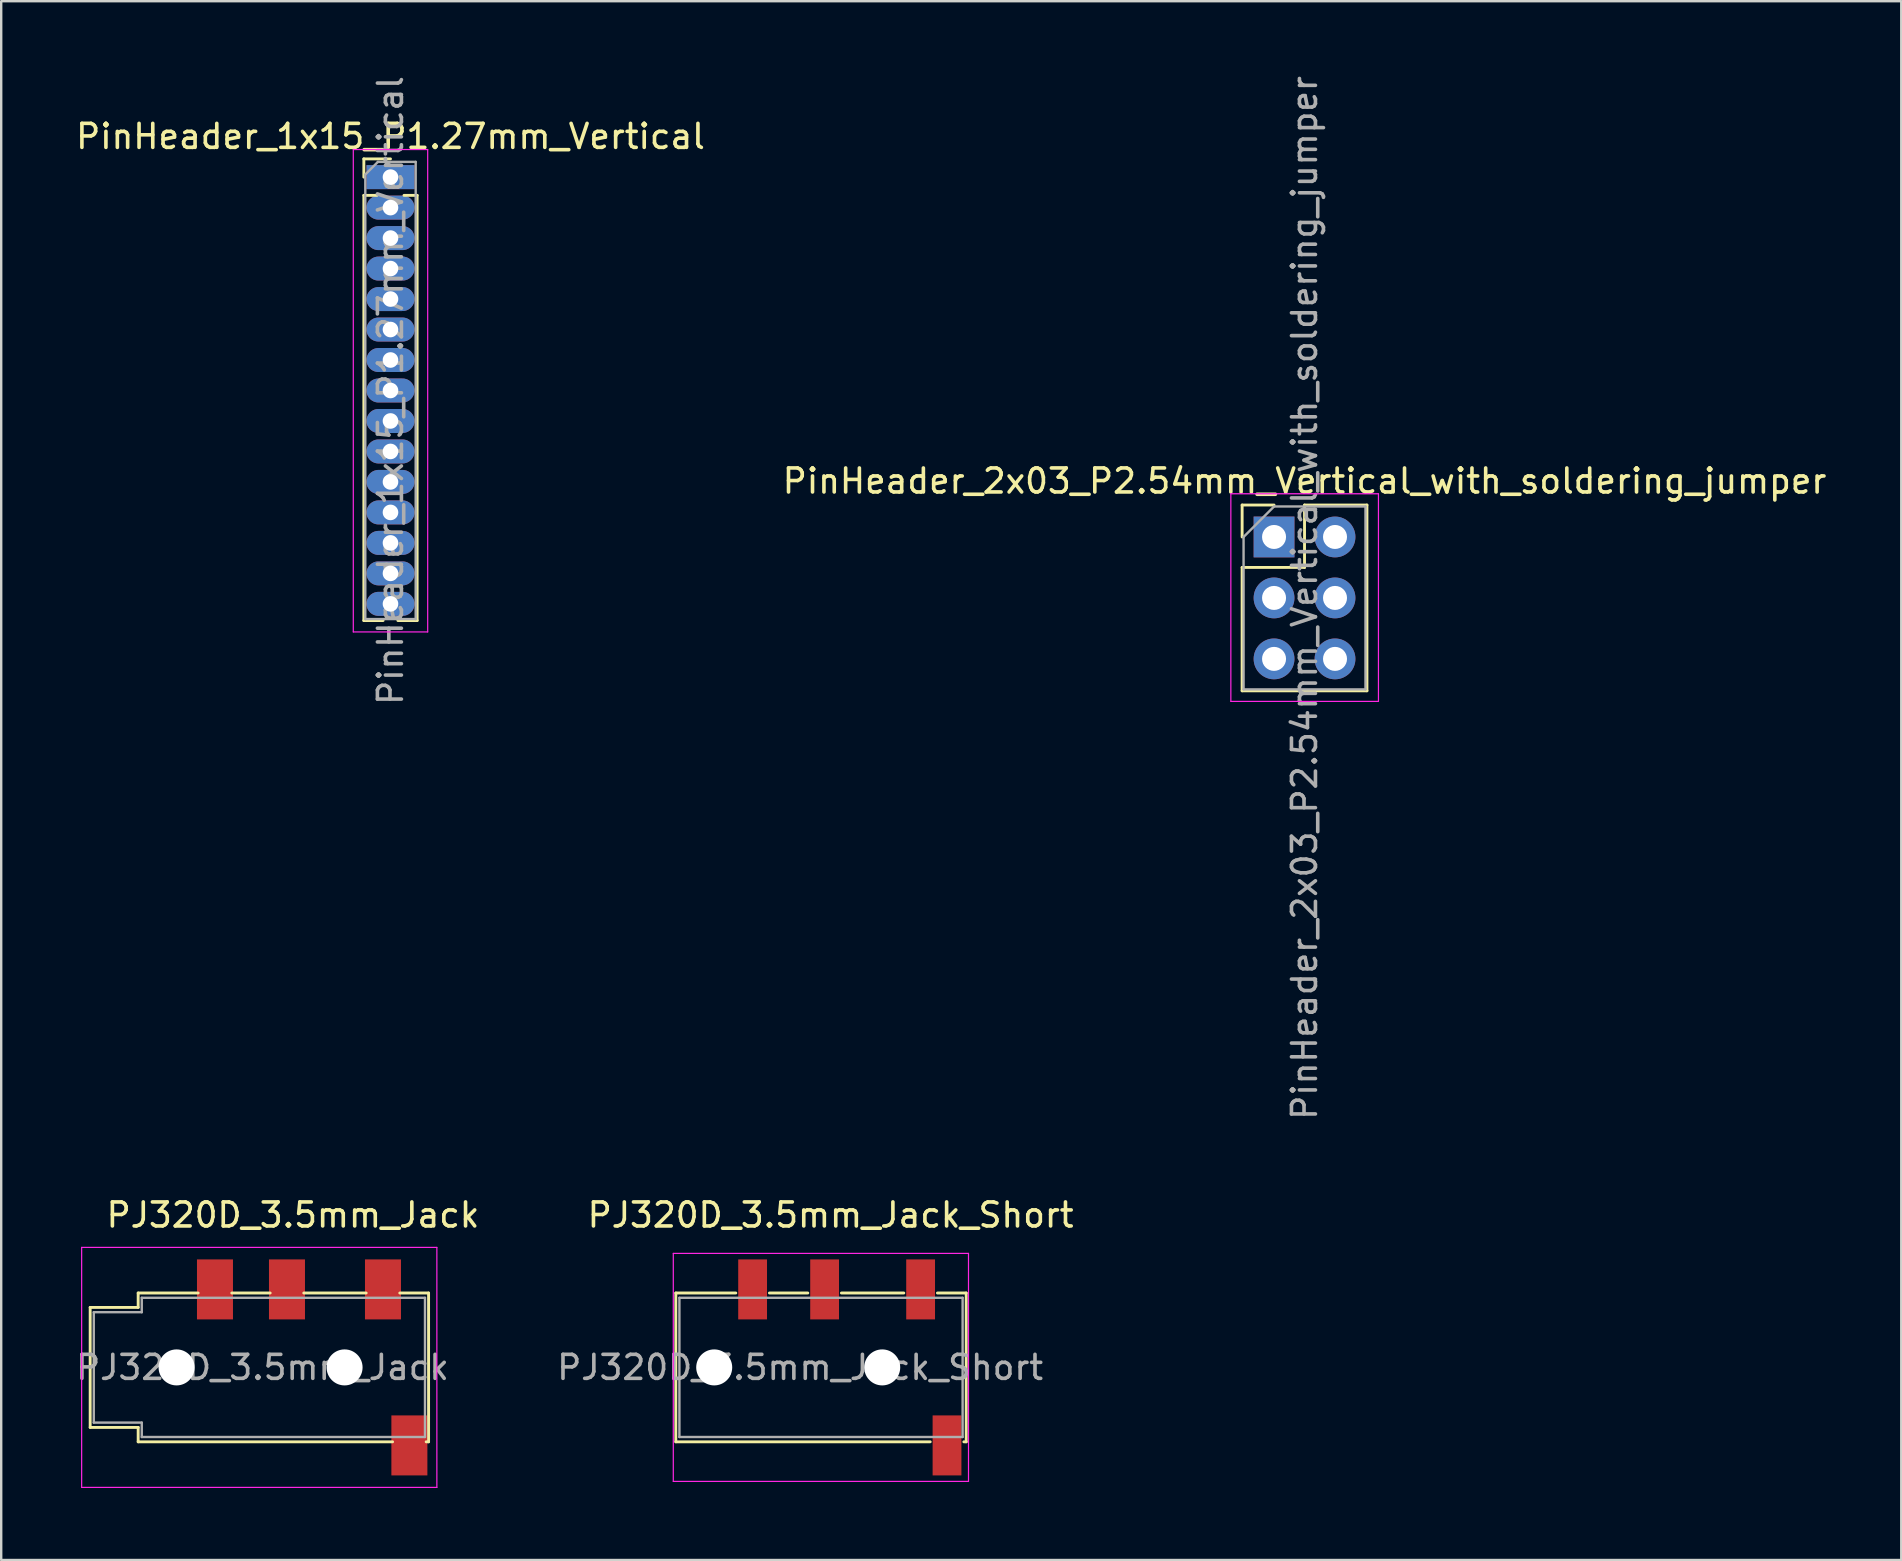
<source format=kicad_pcb>
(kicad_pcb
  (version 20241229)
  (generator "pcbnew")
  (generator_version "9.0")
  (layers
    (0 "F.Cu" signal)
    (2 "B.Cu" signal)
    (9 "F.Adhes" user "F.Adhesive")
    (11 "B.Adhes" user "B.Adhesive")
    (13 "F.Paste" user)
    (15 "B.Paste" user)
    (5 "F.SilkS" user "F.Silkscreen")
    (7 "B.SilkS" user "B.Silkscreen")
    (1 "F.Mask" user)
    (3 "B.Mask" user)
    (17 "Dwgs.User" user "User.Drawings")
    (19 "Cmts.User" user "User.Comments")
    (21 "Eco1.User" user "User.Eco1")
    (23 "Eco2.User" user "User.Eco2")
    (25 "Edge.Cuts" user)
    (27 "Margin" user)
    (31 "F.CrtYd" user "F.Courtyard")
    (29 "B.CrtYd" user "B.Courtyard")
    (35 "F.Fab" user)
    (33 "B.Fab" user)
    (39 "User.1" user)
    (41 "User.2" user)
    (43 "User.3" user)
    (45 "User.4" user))
  (footprint "PinHeader_2x03_P2.54mm_Vertical_with_soldering_jumper"
    (layer "F.Cu")
    (at 50.034 19.323)
    (property "Reference" "PinHeader_2x03_P2.54mm_Vertical_with_soldering_jumper" (at 1.27 -2.33 0) (layer "F.SilkS") (effects (font (size 1 1) (thickness 0.15))))
    (attr through_hole)
    (fp_line (start -1.33 -1.33) (end 0 -1.33) (stroke (width 0.12) (type solid)) (layer "F.SilkS"))
    (fp_line (start -1.33 0) (end -1.33 -1.33) (stroke (width 0.12) (type solid)) (layer "F.SilkS"))
    (fp_line (start -1.33 1.27) (end -1.33 6.41) (stroke (width 0.12) (type solid)) (layer "F.SilkS"))
    (fp_line (start -1.33 1.27) (end 1.27 1.27) (stroke (width 0.12) (type solid)) (layer "F.SilkS"))
    (fp_line (start -1.33 6.41) (end 3.87 6.41) (stroke (width 0.12) (type solid)) (layer "F.SilkS"))
    (fp_line (start 1.27 -1.33) (end 3.87 -1.33) (stroke (width 0.12) (type solid)) (layer "F.SilkS"))
    (fp_line (start 1.27 1.27) (end 1.27 -1.33) (stroke (width 0.12) (type solid)) (layer "F.SilkS"))
    (fp_line (start 3.87 -1.33) (end 3.87 6.41) (stroke (width 0.12) (type solid)) (layer "F.SilkS"))
    (fp_line (start -1.8 -1.8) (end -1.8 6.85) (stroke (width 0.05) (type solid)) (layer "F.CrtYd"))
    (fp_line (start -1.8 6.85) (end 4.35 6.85) (stroke (width 0.05) (type solid)) (layer "F.CrtYd"))
    (fp_line (start 4.35 -1.8) (end -1.8 -1.8) (stroke (width 0.05) (type solid)) (layer "F.CrtYd"))
    (fp_line (start 4.35 6.85) (end 4.35 -1.8) (stroke (width 0.05) (type solid)) (layer "F.CrtYd"))
    (fp_line (start -1.27 0) (end 0 -1.27) (stroke (width 0.1) (type solid)) (layer "F.Fab"))
    (fp_line (start -1.27 6.35) (end -1.27 0) (stroke (width 0.1) (type solid)) (layer "F.Fab"))
    (fp_line (start 0 -1.27) (end 3.81 -1.27) (stroke (width 0.1) (type solid)) (layer "F.Fab"))
    (fp_line (start 3.81 -1.27) (end 3.81 6.35) (stroke (width 0.1) (type solid)) (layer "F.Fab"))
    (fp_line (start 3.81 6.35) (end -1.27 6.35) (stroke (width 0.1) (type solid)) (layer "F.Fab"))
    (fp_text user "${REFERENCE}" (at 1.27 2.54 90) (layer "F.Fab") (effects (font (size 1 1) (thickness 0.15))))
    (pad "1" thru_hole rect (at 0 0) (size 1.7 1.7) (drill 1) (layers "*.Cu" "*.Mask"))
    (pad "2" thru_hole oval (at 2.54 0) (size 1.7 1.7) (drill 1) (layers "*.Cu" "*.Mask"))
    (pad "3" thru_hole oval (at 0 2.54) (size 1.7 1.7) (drill 1) (layers "*.Cu" "*.Mask"))
    (pad "4" thru_hole oval (at 2.54 2.54) (size 1.7 1.7) (drill 1) (layers "*.Cu" "*.Mask"))
    (pad "5" thru_hole oval (at 0 5.08) (size 1.7 1.7) (drill 1) (layers "*.Cu" "*.Mask"))
    (pad "6" thru_hole oval (at 2.54 5.08) (size 1.7 1.7) (drill 1) (layers "*.Cu" "*.Mask")))
  (footprint "PJ320D_3.5mm_Jack_Short"
    (layer "F.Cu")
    (at 31.483 53.924)
    (property "Reference" "PJ320D_3.5mm_Jack_Short" (at 0.075 -6.35 0) (layer "F.SilkS") (effects (font (size 1 1) (thickness 0.15))))
    (attr smd)
    (fp_line (start -6.375 -3.1) (end -6.375 3.1) (stroke (width 0.12) (type solid)) (layer "F.SilkS"))
    (fp_line (start -6.375 -3.1) (end -3.875 -3.1) (stroke (width 0.12) (type solid)) (layer "F.SilkS"))
    (fp_line (start -2.475 -3.1) (end -0.875 -3.1) (stroke (width 0.12) (type solid)) (layer "F.SilkS"))
    (fp_line (start 0.525 -3.1) (end 3.125 -3.1) (stroke (width 0.12) (type solid)) (layer "F.SilkS"))
    (fp_line (start 4.225 3.1) (end -6.375 3.1) (stroke (width 0.12) (type solid)) (layer "F.SilkS"))
    (fp_line (start 4.525 -3.1) (end 5.725 -3.1) (stroke (width 0.12) (type solid)) (layer "F.SilkS"))
    (fp_line (start 5.625 3.1) (end 5.725 3.1) (stroke (width 0.12) (type solid)) (layer "F.SilkS"))
    (fp_line (start 5.725 3.1) (end 5.725 -3.1) (stroke (width 0.12) (type solid)) (layer "F.SilkS"))
    (fp_line (start -6.48 -4.75) (end -6.48 4.75) (stroke (width 0.05) (type solid)) (layer "F.CrtYd"))
    (fp_line (start -6.48 -4.75) (end 5.82 -4.75) (stroke (width 0.05) (type solid)) (layer "F.CrtYd"))
    (fp_line (start 5.82 4.75) (end -6.48 4.75) (stroke (width 0.05) (type solid)) (layer "F.CrtYd"))
    (fp_line (start 5.82 4.75) (end 5.82 -4.75) (stroke (width 0.05) (type solid)) (layer "F.CrtYd"))
    (fp_line (start -6.225 -2.9) (end 5.575 -2.9) (stroke (width 0.1) (type solid)) (layer "F.Fab"))
    (fp_line (start -6.225 2.9) (end -6.225 -2.9) (stroke (width 0.1) (type solid)) (layer "F.Fab"))
    (fp_line (start 5.575 -2.9) (end 5.575 2.9) (stroke (width 0.1) (type solid)) (layer "F.Fab"))
    (fp_line (start 5.575 2.9) (end -6.225 2.9) (stroke (width 0.1) (type solid)) (layer "F.Fab"))
    (fp_text user "${REFERENCE}" (at -1.195 0 0) (layer "F.Fab") (effects (font (size 1 1) (thickness 0.15))))
    (pad "" np_thru_hole circle (at -4.775 0) (size 1.5 1.5) (drill 1.5) (layers "*.Cu" "*.Mask"))
    (pad "" np_thru_hole circle (at 2.225 0) (size 1.5 1.5) (drill 1.5) (layers "*.Cu" "*.Mask"))
    (pad "1" smd rect (at 3.825 -3.25) (size 1.2 2.5) (layers "F.Cu" "F.Mask" "F.Paste"))
    (pad "2" smd rect (at -0.175 -3.25) (size 1.2 2.5) (layers "F.Cu" "F.Mask" "F.Paste"))
    (pad "3" smd rect (at -3.175 -3.25) (size 1.2 2.5) (layers "F.Cu" "F.Mask" "F.Paste"))
    (pad "4" smd rect (at 4.925 3.25) (size 1.2 2.5) (layers "F.Cu" "F.Mask" "F.Paste")))
  (footprint "PJ320D_3.5mm_Jack"
    (layer "F.Cu")
    (at 9.082 53.924)
    (property "Reference" "PJ320D_3.5mm_Jack" (at 0.075 -6.35 0) (layer "F.SilkS") (effects (font (size 1 1) (thickness 0.15))))
    (attr smd)
    (fp_line (start -8.375 -2.5) (end -8.375 2.5) (stroke (width 0.12) (type solid)) (layer "F.SilkS"))
    (fp_line (start -6.375 -3.1) (end -6.375 -2.5) (stroke (width 0.12) (type solid)) (layer "F.SilkS"))
    (fp_line (start -6.375 -3.1) (end -3.875 -3.1) (stroke (width 0.12) (type solid)) (layer "F.SilkS"))
    (fp_line (start -6.375 -2.5) (end -8.375 -2.5) (stroke (width 0.12) (type solid)) (layer "F.SilkS"))
    (fp_line (start -6.375 2.5) (end -8.375 2.5) (stroke (width 0.12) (type solid)) (layer "F.SilkS"))
    (fp_line (start -6.375 2.5) (end -6.375 3.1) (stroke (width 0.12) (type solid)) (layer "F.SilkS"))
    (fp_line (start -2.475 -3.1) (end -0.875 -3.1) (stroke (width 0.12) (type solid)) (layer "F.SilkS"))
    (fp_line (start 0.525 -3.1) (end 3.125 -3.1) (stroke (width 0.12) (type solid)) (layer "F.SilkS"))
    (fp_line (start 4.225 3.1) (end -6.375 3.1) (stroke (width 0.12) (type solid)) (layer "F.SilkS"))
    (fp_line (start 4.525 -3.1) (end 5.725 -3.1) (stroke (width 0.12) (type solid)) (layer "F.SilkS"))
    (fp_line (start 5.625 3.1) (end 5.725 3.1) (stroke (width 0.12) (type solid)) (layer "F.SilkS"))
    (fp_line (start 5.725 3.1) (end 5.725 -3.1) (stroke (width 0.12) (type solid)) (layer "F.SilkS"))
    (fp_line (start -8.73 -5) (end 6.07 -5) (stroke (width 0.05) (type solid)) (layer "F.CrtYd"))
    (fp_line (start -8.73 5) (end -8.73 -5) (stroke (width 0.05) (type solid)) (layer "F.CrtYd"))
    (fp_line (start -8.73 5) (end 6.07 5) (stroke (width 0.05) (type solid)) (layer "F.CrtYd"))
    (fp_line (start 6.07 5) (end 6.07 -5) (stroke (width 0.05) (type solid)) (layer "F.CrtYd"))
    (fp_line (start -8.225 -2.3) (end -6.225 -2.3) (stroke (width 0.1) (type solid)) (layer "F.Fab"))
    (fp_line (start -8.225 2.3) (end -8.225 -2.3) (stroke (width 0.1) (type solid)) (layer "F.Fab"))
    (fp_line (start -6.225 -2.9) (end 5.575 -2.9) (stroke (width 0.1) (type solid)) (layer "F.Fab"))
    (fp_line (start -6.225 -2.3) (end -6.225 -2.9) (stroke (width 0.1) (type solid)) (layer "F.Fab"))
    (fp_line (start -6.225 2.3) (end -8.225 2.3) (stroke (width 0.1) (type solid)) (layer "F.Fab"))
    (fp_line (start -6.225 2.9) (end -6.225 2.3) (stroke (width 0.1) (type solid)) (layer "F.Fab"))
    (fp_line (start 5.575 -2.9) (end 5.575 2.9) (stroke (width 0.1) (type solid)) (layer "F.Fab"))
    (fp_line (start 5.575 2.9) (end -6.225 2.9) (stroke (width 0.1) (type solid)) (layer "F.Fab"))
    (fp_text user "${REFERENCE}" (at -1.195 0 0) (layer "F.Fab") (effects (font (size 1 1) (thickness 0.15))))
    (pad "" np_thru_hole circle (at -4.775 0) (size 1.5 1.5) (drill 1.5) (layers "*.Cu" "*.Mask"))
    (pad "" np_thru_hole circle (at 2.225 0) (size 1.5 1.5) (drill 1.5) (layers "*.Cu" "*.Mask"))
    (pad "1" smd rect (at 3.825 -3.25) (size 1.5 2.5) (layers "F.Cu" "F.Mask" "F.Paste"))
    (pad "2" smd rect (at -0.175 -3.25) (size 1.5 2.5) (layers "F.Cu" "F.Mask" "F.Paste"))
    (pad "3" smd rect (at -3.175 -3.25) (size 1.5 2.5) (layers "F.Cu" "F.Mask" "F.Paste"))
    (pad "4" smd rect (at 4.925 3.25) (size 1.5 2.5) (layers "F.Cu" "F.Mask" "F.Paste")))
  (footprint "PinHeader_1x15_P1.27mm_Vertical"
    (layer "F.Cu")
    (at 13.22 4.33)
    (property "Reference" "PinHeader_1x15_P1.27mm_Vertical" (at 0 -1.695 0) (layer "F.SilkS") (effects (font (size 1 1) (thickness 0.15))))
    (attr through_hole)
    (fp_line (start -1.11 -0.76) (end 0 -0.76) (stroke (width 0.12) (type solid)) (layer "F.SilkS"))
    (fp_line (start -1.11 0) (end -1.11 -0.76) (stroke (width 0.12) (type solid)) (layer "F.SilkS"))
    (fp_line (start -1.11 0.76) (end -1.11 18.475) (stroke (width 0.12) (type solid)) (layer "F.SilkS"))
    (fp_line (start -1.11 0.76) (end -0.563 0.76) (stroke (width 0.12) (type solid)) (layer "F.SilkS"))
    (fp_line (start -1.11 18.475) (end -0.308 18.475) (stroke (width 0.12) (type solid)) (layer "F.SilkS"))
    (fp_line (start 0.308 18.475) (end 1.11 18.475) (stroke (width 0.12) (type solid)) (layer "F.SilkS"))
    (fp_line (start 0.563 0.76) (end 1.11 0.76) (stroke (width 0.12) (type solid)) (layer "F.SilkS"))
    (fp_line (start 1.11 0.76) (end 1.11 18.475) (stroke (width 0.12) (type solid)) (layer "F.SilkS"))
    (fp_line (start -1.55 -1.15) (end -1.55 18.95) (stroke (width 0.05) (type solid)) (layer "F.CrtYd"))
    (fp_line (start -1.55 18.95) (end 1.55 18.95) (stroke (width 0.05) (type solid)) (layer "F.CrtYd"))
    (fp_line (start 1.55 -1.15) (end -1.55 -1.15) (stroke (width 0.05) (type solid)) (layer "F.CrtYd"))
    (fp_line (start 1.55 18.95) (end 1.55 -1.15) (stroke (width 0.05) (type solid)) (layer "F.CrtYd"))
    (fp_line (start -1.05 -0.11) (end -0.525 -0.635) (stroke (width 0.1) (type solid)) (layer "F.Fab"))
    (fp_line (start -1.05 18.415) (end -1.05 -0.11) (stroke (width 0.1) (type solid)) (layer "F.Fab"))
    (fp_line (start -0.525 -0.635) (end 1.05 -0.635) (stroke (width 0.1) (type solid)) (layer "F.Fab"))
    (fp_line (start 1.05 -0.635) (end 1.05 18.415) (stroke (width 0.1) (type solid)) (layer "F.Fab"))
    (fp_line (start 1.05 18.415) (end -1.05 18.415) (stroke (width 0.1) (type solid)) (layer "F.Fab"))
    (fp_text user "${REFERENCE}" (at 0 8.89 90) (layer "F.Fab") (effects (font (size 1 1) (thickness 0.15))))
    (pad "1" thru_hole rect (at 0 0) (size 2 1) (drill 0.65) (layers "*.Cu" "*.Mask"))
    (pad "2" thru_hole oval (at 0 1.27) (size 2 1) (drill 0.65) (layers "*.Cu" "*.Mask"))
    (pad "3" thru_hole oval (at 0 2.54) (size 2 1) (drill 0.65) (layers "*.Cu" "*.Mask"))
    (pad "4" thru_hole oval (at 0 3.81) (size 2 1) (drill 0.65) (layers "*.Cu" "*.Mask"))
    (pad "5" thru_hole oval (at 0 5.08) (size 2 1) (drill 0.65) (layers "*.Cu" "*.Mask"))
    (pad "6" thru_hole oval (at 0 6.35) (size 2 1) (drill 0.65) (layers "*.Cu" "*.Mask"))
    (pad "7" thru_hole oval (at 0 7.62) (size 2 1) (drill 0.65) (layers "*.Cu" "*.Mask"))
    (pad "8" thru_hole oval (at 0 8.89) (size 2 1) (drill 0.65) (layers "*.Cu" "*.Mask"))
    (pad "9" thru_hole oval (at 0 10.16) (size 2 1) (drill 0.65) (layers "*.Cu" "*.Mask"))
    (pad "10" thru_hole oval (at 0 11.43) (size 2 1) (drill 0.65) (layers "*.Cu" "*.Mask"))
    (pad "11" thru_hole oval (at 0 12.7) (size 2 1) (drill 0.65) (layers "*.Cu" "*.Mask"))
    (pad "12" thru_hole oval (at 0 13.97) (size 2 1) (drill 0.65) (layers "*.Cu" "*.Mask"))
    (pad "13" thru_hole oval (at 0 15.24) (size 2 1) (drill 0.65) (layers "*.Cu" "*.Mask"))
    (pad "14" thru_hole oval (at 0 16.51) (size 2 1) (drill 0.65) (layers "*.Cu" "*.Mask"))
    (pad "15" thru_hole oval (at 0 17.78) (size 2 1) (drill 0.65) (layers "*.Cu" "*.Mask")))
  (gr_rect
    (start -3 -3)
    (end 76.167 61.949)
    (stroke (width 0.1) (type default))
    (fill no)
    (layer "Edge.Cuts")))
</source>
